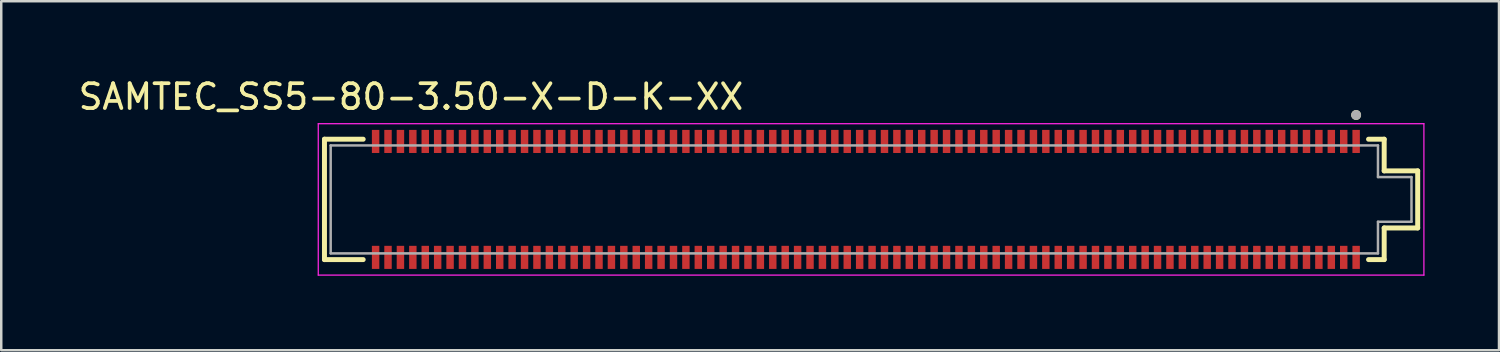
<source format=kicad_pcb>
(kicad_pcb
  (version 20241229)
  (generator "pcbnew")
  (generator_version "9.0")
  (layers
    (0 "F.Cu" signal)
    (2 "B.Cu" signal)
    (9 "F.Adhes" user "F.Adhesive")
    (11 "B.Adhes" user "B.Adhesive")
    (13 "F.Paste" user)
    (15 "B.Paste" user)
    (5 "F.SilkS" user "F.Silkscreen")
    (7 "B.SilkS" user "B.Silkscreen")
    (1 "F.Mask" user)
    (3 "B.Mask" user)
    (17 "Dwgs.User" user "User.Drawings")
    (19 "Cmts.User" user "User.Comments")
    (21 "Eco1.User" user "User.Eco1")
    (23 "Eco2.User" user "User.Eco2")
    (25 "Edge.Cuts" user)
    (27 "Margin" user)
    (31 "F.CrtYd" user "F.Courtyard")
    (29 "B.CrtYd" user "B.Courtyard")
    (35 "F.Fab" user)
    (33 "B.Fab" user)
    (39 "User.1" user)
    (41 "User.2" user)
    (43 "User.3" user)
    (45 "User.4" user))
  (footprint "SAMTEC_SS5-80-3.50-X-D-K-XX"
    (layer "F.Cu")
    (at 31.831 4.983)
    (property "Reference" "SAMTEC_SS5-80-3.50-X-D-K-XX" (at -18.325 -4.135 0) (layer "F.SilkS") (effects (font (size 1 1) (thickness 0.15))))
    (attr smd)
    (fp_line (start -21.81 -2.425) (end -20.25 -2.425) (stroke (width 0.2) (type solid)) (layer "F.SilkS"))
    (fp_line (start -21.81 2.425) (end -21.81 -2.425) (stroke (width 0.2) (type solid)) (layer "F.SilkS"))
    (fp_line (start -20.25 2.425) (end -21.81 2.425) (stroke (width 0.2) (type solid)) (layer "F.SilkS"))
    (fp_line (start 20.25 -2.425) (end 20.88 -2.425) (stroke (width 0.2) (type solid)) (layer "F.SilkS"))
    (fp_line (start 20.88 -2.425) (end 20.88 -1.15) (stroke (width 0.2) (type solid)) (layer "F.SilkS"))
    (fp_line (start 20.88 -1.15) (end 22.23 -1.15) (stroke (width 0.2) (type solid)) (layer "F.SilkS"))
    (fp_line (start 20.88 1.15) (end 20.88 2.425) (stroke (width 0.2) (type solid)) (layer "F.SilkS"))
    (fp_line (start 20.88 2.425) (end 20.25 2.425) (stroke (width 0.2) (type solid)) (layer "F.SilkS"))
    (fp_line (start 22.23 -1.15) (end 22.23 1.15) (stroke (width 0.2) (type solid)) (layer "F.SilkS"))
    (fp_line (start 22.23 1.15) (end 20.88 1.15) (stroke (width 0.2) (type solid)) (layer "F.SilkS"))
    (fp_circle (center 19.75 -3.4) (end 19.85 -3.4) (stroke (width 0.2) (type solid)) (fill no) (layer "F.SilkS"))
    (fp_line (start -22.06 -3.05) (end 22.48 -3.05) (stroke (width 0.05) (type solid)) (layer "F.CrtYd"))
    (fp_line (start -22.06 3.05) (end -22.06 -3.05) (stroke (width 0.05) (type solid)) (layer "F.CrtYd"))
    (fp_line (start 22.48 -3.05) (end 22.48 3.05) (stroke (width 0.05) (type solid)) (layer "F.CrtYd"))
    (fp_line (start 22.48 3.05) (end -22.06 3.05) (stroke (width 0.05) (type solid)) (layer "F.CrtYd"))
    (fp_line (start -21.56 -2.175) (end 20.63 -2.175) (stroke (width 0.1) (type solid)) (layer "F.Fab"))
    (fp_line (start -21.56 2.175) (end -21.56 -2.175) (stroke (width 0.1) (type solid)) (layer "F.Fab"))
    (fp_line (start 20.63 -2.175) (end 20.63 -0.9) (stroke (width 0.1) (type solid)) (layer "F.Fab"))
    (fp_line (start 20.63 -0.9) (end 21.98 -0.9) (stroke (width 0.1) (type solid)) (layer "F.Fab"))
    (fp_line (start 20.63 0.9) (end 20.63 2.175) (stroke (width 0.1) (type solid)) (layer "F.Fab"))
    (fp_line (start 20.63 2.175) (end -21.56 2.175) (stroke (width 0.1) (type solid)) (layer "F.Fab"))
    (fp_line (start 21.98 -0.9) (end 21.98 0.9) (stroke (width 0.1) (type solid)) (layer "F.Fab"))
    (fp_line (start 21.98 0.9) (end 20.63 0.9) (stroke (width 0.1) (type solid)) (layer "F.Fab"))
    (fp_circle (center 19.75 -3.4) (end 19.85 -3.4) (stroke (width 0.2) (type solid)) (fill no) (layer "F.Fab"))
    (pad "01" smd rect (at 19.75 -2.335) (size 0.3 0.93) (layers "F.Cu" "F.Mask" "F.Paste"))
    (pad "02" smd rect (at 19.75 2.335) (size 0.3 0.93) (layers "F.Cu" "F.Mask" "F.Paste"))
    (pad "03" smd rect (at 19.25 -2.335) (size 0.3 0.93) (layers "F.Cu" "F.Mask" "F.Paste"))
    (pad "04" smd rect (at 19.25 2.335) (size 0.3 0.93) (layers "F.Cu" "F.Mask" "F.Paste"))
    (pad "05" smd rect (at 18.75 -2.335) (size 0.3 0.93) (layers "F.Cu" "F.Mask" "F.Paste"))
    (pad "06" smd rect (at 18.75 2.335) (size 0.3 0.93) (layers "F.Cu" "F.Mask" "F.Paste"))
    (pad "07" smd rect (at 18.25 -2.335) (size 0.3 0.93) (layers "F.Cu" "F.Mask" "F.Paste"))
    (pad "08" smd rect (at 18.25 2.335) (size 0.3 0.93) (layers "F.Cu" "F.Mask" "F.Paste"))
    (pad "09" smd rect (at 17.75 -2.335) (size 0.3 0.93) (layers "F.Cu" "F.Mask" "F.Paste"))
    (pad "10" smd rect (at 17.75 2.335) (size 0.3 0.93) (layers "F.Cu" "F.Mask" "F.Paste"))
    (pad "11" smd rect (at 17.25 -2.335) (size 0.3 0.93) (layers "F.Cu" "F.Mask" "F.Paste"))
    (pad "12" smd rect (at 17.25 2.335) (size 0.3 0.93) (layers "F.Cu" "F.Mask" "F.Paste"))
    (pad "13" smd rect (at 16.75 -2.335) (size 0.3 0.93) (layers "F.Cu" "F.Mask" "F.Paste"))
    (pad "14" smd rect (at 16.75 2.335) (size 0.3 0.93) (layers "F.Cu" "F.Mask" "F.Paste"))
    (pad "15" smd rect (at 16.25 -2.335) (size 0.3 0.93) (layers "F.Cu" "F.Mask" "F.Paste"))
    (pad "16" smd rect (at 16.25 2.335) (size 0.3 0.93) (layers "F.Cu" "F.Mask" "F.Paste"))
    (pad "17" smd rect (at 15.75 -2.335) (size 0.3 0.93) (layers "F.Cu" "F.Mask" "F.Paste"))
    (pad "18" smd rect (at 15.75 2.335) (size 0.3 0.93) (layers "F.Cu" "F.Mask" "F.Paste"))
    (pad "19" smd rect (at 15.25 -2.335) (size 0.3 0.93) (layers "F.Cu" "F.Mask" "F.Paste"))
    (pad "20" smd rect (at 15.25 2.335) (size 0.3 0.93) (layers "F.Cu" "F.Mask" "F.Paste"))
    (pad "21" smd rect (at 14.75 -2.335) (size 0.3 0.93) (layers "F.Cu" "F.Mask" "F.Paste"))
    (pad "22" smd rect (at 14.75 2.335) (size 0.3 0.93) (layers "F.Cu" "F.Mask" "F.Paste"))
    (pad "23" smd rect (at 14.25 -2.335) (size 0.3 0.93) (layers "F.Cu" "F.Mask" "F.Paste"))
    (pad "24" smd rect (at 14.25 2.335) (size 0.3 0.93) (layers "F.Cu" "F.Mask" "F.Paste"))
    (pad "25" smd rect (at 13.75 -2.335) (size 0.3 0.93) (layers "F.Cu" "F.Mask" "F.Paste"))
    (pad "26" smd rect (at 13.75 2.335) (size 0.3 0.93) (layers "F.Cu" "F.Mask" "F.Paste"))
    (pad "27" smd rect (at 13.25 -2.335) (size 0.3 0.93) (layers "F.Cu" "F.Mask" "F.Paste"))
    (pad "28" smd rect (at 13.25 2.335) (size 0.3 0.93) (layers "F.Cu" "F.Mask" "F.Paste"))
    (pad "29" smd rect (at 12.75 -2.335) (size 0.3 0.93) (layers "F.Cu" "F.Mask" "F.Paste"))
    (pad "30" smd rect (at 12.75 2.335) (size 0.3 0.93) (layers "F.Cu" "F.Mask" "F.Paste"))
    (pad "31" smd rect (at 12.25 -2.335) (size 0.3 0.93) (layers "F.Cu" "F.Mask" "F.Paste"))
    (pad "32" smd rect (at 12.25 2.335) (size 0.3 0.93) (layers "F.Cu" "F.Mask" "F.Paste"))
    (pad "33" smd rect (at 11.75 -2.335) (size 0.3 0.93) (layers "F.Cu" "F.Mask" "F.Paste"))
    (pad "34" smd rect (at 11.75 2.335) (size 0.3 0.93) (layers "F.Cu" "F.Mask" "F.Paste"))
    (pad "35" smd rect (at 11.25 -2.335) (size 0.3 0.93) (layers "F.Cu" "F.Mask" "F.Paste"))
    (pad "36" smd rect (at 11.25 2.335) (size 0.3 0.93) (layers "F.Cu" "F.Mask" "F.Paste"))
    (pad "37" smd rect (at 10.75 -2.335) (size 0.3 0.93) (layers "F.Cu" "F.Mask" "F.Paste"))
    (pad "38" smd rect (at 10.75 2.335) (size 0.3 0.93) (layers "F.Cu" "F.Mask" "F.Paste"))
    (pad "39" smd rect (at 10.25 -2.335) (size 0.3 0.93) (layers "F.Cu" "F.Mask" "F.Paste"))
    (pad "40" smd rect (at 10.25 2.335) (size 0.3 0.93) (layers "F.Cu" "F.Mask" "F.Paste"))
    (pad "41" smd rect (at 9.75 -2.335) (size 0.3 0.93) (layers "F.Cu" "F.Mask" "F.Paste"))
    (pad "42" smd rect (at 9.75 2.335) (size 0.3 0.93) (layers "F.Cu" "F.Mask" "F.Paste"))
    (pad "43" smd rect (at 9.25 -2.335) (size 0.3 0.93) (layers "F.Cu" "F.Mask" "F.Paste"))
    (pad "44" smd rect (at 9.25 2.335) (size 0.3 0.93) (layers "F.Cu" "F.Mask" "F.Paste"))
    (pad "45" smd rect (at 8.75 -2.335) (size 0.3 0.93) (layers "F.Cu" "F.Mask" "F.Paste"))
    (pad "46" smd rect (at 8.75 2.335) (size 0.3 0.93) (layers "F.Cu" "F.Mask" "F.Paste"))
    (pad "47" smd rect (at 8.25 -2.335) (size 0.3 0.93) (layers "F.Cu" "F.Mask" "F.Paste"))
    (pad "48" smd rect (at 8.25 2.335) (size 0.3 0.93) (layers "F.Cu" "F.Mask" "F.Paste"))
    (pad "49" smd rect (at 7.75 -2.335) (size 0.3 0.93) (layers "F.Cu" "F.Mask" "F.Paste"))
    (pad "50" smd rect (at 7.75 2.335) (size 0.3 0.93) (layers "F.Cu" "F.Mask" "F.Paste"))
    (pad "51" smd rect (at 7.25 -2.335) (size 0.3 0.93) (layers "F.Cu" "F.Mask" "F.Paste"))
    (pad "52" smd rect (at 7.25 2.335) (size 0.3 0.93) (layers "F.Cu" "F.Mask" "F.Paste"))
    (pad "53" smd rect (at 6.75 -2.335) (size 0.3 0.93) (layers "F.Cu" "F.Mask" "F.Paste"))
    (pad "54" smd rect (at 6.75 2.335) (size 0.3 0.93) (layers "F.Cu" "F.Mask" "F.Paste"))
    (pad "55" smd rect (at 6.25 -2.335) (size 0.3 0.93) (layers "F.Cu" "F.Mask" "F.Paste"))
    (pad "56" smd rect (at 6.25 2.335) (size 0.3 0.93) (layers "F.Cu" "F.Mask" "F.Paste"))
    (pad "57" smd rect (at 5.75 -2.335) (size 0.3 0.93) (layers "F.Cu" "F.Mask" "F.Paste"))
    (pad "58" smd rect (at 5.75 2.335) (size 0.3 0.93) (layers "F.Cu" "F.Mask" "F.Paste"))
    (pad "59" smd rect (at 5.25 -2.335) (size 0.3 0.93) (layers "F.Cu" "F.Mask" "F.Paste"))
    (pad "60" smd rect (at 5.25 2.335) (size 0.3 0.93) (layers "F.Cu" "F.Mask" "F.Paste"))
    (pad "61" smd rect (at 4.75 -2.335) (size 0.3 0.93) (layers "F.Cu" "F.Mask" "F.Paste"))
    (pad "62" smd rect (at 4.75 2.335) (size 0.3 0.93) (layers "F.Cu" "F.Mask" "F.Paste"))
    (pad "63" smd rect (at 4.25 -2.335) (size 0.3 0.93) (layers "F.Cu" "F.Mask" "F.Paste"))
    (pad "64" smd rect (at 4.25 2.335) (size 0.3 0.93) (layers "F.Cu" "F.Mask" "F.Paste"))
    (pad "65" smd rect (at 3.75 -2.335) (size 0.3 0.93) (layers "F.Cu" "F.Mask" "F.Paste"))
    (pad "66" smd rect (at 3.75 2.335) (size 0.3 0.93) (layers "F.Cu" "F.Mask" "F.Paste"))
    (pad "67" smd rect (at 3.25 -2.335) (size 0.3 0.93) (layers "F.Cu" "F.Mask" "F.Paste"))
    (pad "68" smd rect (at 3.25 2.335) (size 0.3 0.93) (layers "F.Cu" "F.Mask" "F.Paste"))
    (pad "69" smd rect (at 2.75 -2.335) (size 0.3 0.93) (layers "F.Cu" "F.Mask" "F.Paste"))
    (pad "70" smd rect (at 2.75 2.335) (size 0.3 0.93) (layers "F.Cu" "F.Mask" "F.Paste"))
    (pad "71" smd rect (at 2.25 -2.335) (size 0.3 0.93) (layers "F.Cu" "F.Mask" "F.Paste"))
    (pad "72" smd rect (at 2.25 2.335) (size 0.3 0.93) (layers "F.Cu" "F.Mask" "F.Paste"))
    (pad "73" smd rect (at 1.75 -2.335) (size 0.3 0.93) (layers "F.Cu" "F.Mask" "F.Paste"))
    (pad "74" smd rect (at 1.75 2.335) (size 0.3 0.93) (layers "F.Cu" "F.Mask" "F.Paste"))
    (pad "75" smd rect (at 1.25 -2.335) (size 0.3 0.93) (layers "F.Cu" "F.Mask" "F.Paste"))
    (pad "76" smd rect (at 1.25 2.335) (size 0.3 0.93) (layers "F.Cu" "F.Mask" "F.Paste"))
    (pad "77" smd rect (at 0.75 -2.335) (size 0.3 0.93) (layers "F.Cu" "F.Mask" "F.Paste"))
    (pad "78" smd rect (at 0.75 2.335) (size 0.3 0.93) (layers "F.Cu" "F.Mask" "F.Paste"))
    (pad "79" smd rect (at 0.25 -2.335) (size 0.3 0.93) (layers "F.Cu" "F.Mask" "F.Paste"))
    (pad "80" smd rect (at 0.25 2.335) (size 0.3 0.93) (layers "F.Cu" "F.Mask" "F.Paste"))
    (pad "81" smd rect (at -0.25 -2.335) (size 0.3 0.93) (layers "F.Cu" "F.Mask" "F.Paste"))
    (pad "82" smd rect (at -0.25 2.335) (size 0.3 0.93) (layers "F.Cu" "F.Mask" "F.Paste"))
    (pad "83" smd rect (at -0.75 -2.335) (size 0.3 0.93) (layers "F.Cu" "F.Mask" "F.Paste"))
    (pad "84" smd rect (at -0.75 2.335) (size 0.3 0.93) (layers "F.Cu" "F.Mask" "F.Paste"))
    (pad "85" smd rect (at -1.25 -2.335) (size 0.3 0.93) (layers "F.Cu" "F.Mask" "F.Paste"))
    (pad "86" smd rect (at -1.25 2.335) (size 0.3 0.93) (layers "F.Cu" "F.Mask" "F.Paste"))
    (pad "87" smd rect (at -1.75 -2.335) (size 0.3 0.93) (layers "F.Cu" "F.Mask" "F.Paste"))
    (pad "88" smd rect (at -1.75 2.335) (size 0.3 0.93) (layers "F.Cu" "F.Mask" "F.Paste"))
    (pad "89" smd rect (at -2.25 -2.335) (size 0.3 0.93) (layers "F.Cu" "F.Mask" "F.Paste"))
    (pad "90" smd rect (at -2.25 2.335) (size 0.3 0.93) (layers "F.Cu" "F.Mask" "F.Paste"))
    (pad "91" smd rect (at -2.75 -2.335) (size 0.3 0.93) (layers "F.Cu" "F.Mask" "F.Paste"))
    (pad "92" smd rect (at -2.75 2.335) (size 0.3 0.93) (layers "F.Cu" "F.Mask" "F.Paste"))
    (pad "93" smd rect (at -3.25 -2.335) (size 0.3 0.93) (layers "F.Cu" "F.Mask" "F.Paste"))
    (pad "94" smd rect (at -3.25 2.335) (size 0.3 0.93) (layers "F.Cu" "F.Mask" "F.Paste"))
    (pad "95" smd rect (at -3.75 -2.335) (size 0.3 0.93) (layers "F.Cu" "F.Mask" "F.Paste"))
    (pad "96" smd rect (at -3.75 2.335) (size 0.3 0.93) (layers "F.Cu" "F.Mask" "F.Paste"))
    (pad "97" smd rect (at -4.25 -2.335) (size 0.3 0.93) (layers "F.Cu" "F.Mask" "F.Paste"))
    (pad "98" smd rect (at -4.25 2.335) (size 0.3 0.93) (layers "F.Cu" "F.Mask" "F.Paste"))
    (pad "99" smd rect (at -4.75 -2.335) (size 0.3 0.93) (layers "F.Cu" "F.Mask" "F.Paste"))
    (pad "100" smd rect (at -4.75 2.335) (size 0.3 0.93) (layers "F.Cu" "F.Mask" "F.Paste"))
    (pad "101" smd rect (at -5.25 -2.335) (size 0.3 0.93) (layers "F.Cu" "F.Mask" "F.Paste"))
    (pad "102" smd rect (at -5.25 2.335) (size 0.3 0.93) (layers "F.Cu" "F.Mask" "F.Paste"))
    (pad "103" smd rect (at -5.75 -2.335) (size 0.3 0.93) (layers "F.Cu" "F.Mask" "F.Paste"))
    (pad "104" smd rect (at -5.75 2.335) (size 0.3 0.93) (layers "F.Cu" "F.Mask" "F.Paste"))
    (pad "105" smd rect (at -6.25 -2.335) (size 0.3 0.93) (layers "F.Cu" "F.Mask" "F.Paste"))
    (pad "106" smd rect (at -6.25 2.335) (size 0.3 0.93) (layers "F.Cu" "F.Mask" "F.Paste"))
    (pad "107" smd rect (at -6.75 -2.335) (size 0.3 0.93) (layers "F.Cu" "F.Mask" "F.Paste"))
    (pad "108" smd rect (at -6.75 2.335) (size 0.3 0.93) (layers "F.Cu" "F.Mask" "F.Paste"))
    (pad "109" smd rect (at -7.25 -2.335) (size 0.3 0.93) (layers "F.Cu" "F.Mask" "F.Paste"))
    (pad "110" smd rect (at -7.25 2.335) (size 0.3 0.93) (layers "F.Cu" "F.Mask" "F.Paste"))
    (pad "111" smd rect (at -7.75 -2.335) (size 0.3 0.93) (layers "F.Cu" "F.Mask" "F.Paste"))
    (pad "112" smd rect (at -7.75 2.335) (size 0.3 0.93) (layers "F.Cu" "F.Mask" "F.Paste"))
    (pad "113" smd rect (at -8.25 -2.335) (size 0.3 0.93) (layers "F.Cu" "F.Mask" "F.Paste"))
    (pad "114" smd rect (at -8.25 2.335) (size 0.3 0.93) (layers "F.Cu" "F.Mask" "F.Paste"))
    (pad "115" smd rect (at -8.75 -2.335) (size 0.3 0.93) (layers "F.Cu" "F.Mask" "F.Paste"))
    (pad "116" smd rect (at -8.75 2.335) (size 0.3 0.93) (layers "F.Cu" "F.Mask" "F.Paste"))
    (pad "117" smd rect (at -9.25 -2.335) (size 0.3 0.93) (layers "F.Cu" "F.Mask" "F.Paste"))
    (pad "118" smd rect (at -9.25 2.335) (size 0.3 0.93) (layers "F.Cu" "F.Mask" "F.Paste"))
    (pad "119" smd rect (at -9.75 -2.335) (size 0.3 0.93) (layers "F.Cu" "F.Mask" "F.Paste"))
    (pad "120" smd rect (at -9.75 2.335) (size 0.3 0.93) (layers "F.Cu" "F.Mask" "F.Paste"))
    (pad "121" smd rect (at -10.25 -2.335) (size 0.3 0.93) (layers "F.Cu" "F.Mask" "F.Paste"))
    (pad "122" smd rect (at -10.25 2.335) (size 0.3 0.93) (layers "F.Cu" "F.Mask" "F.Paste"))
    (pad "123" smd rect (at -10.75 -2.335) (size 0.3 0.93) (layers "F.Cu" "F.Mask" "F.Paste"))
    (pad "124" smd rect (at -10.75 2.335) (size 0.3 0.93) (layers "F.Cu" "F.Mask" "F.Paste"))
    (pad "125" smd rect (at -11.25 -2.335) (size 0.3 0.93) (layers "F.Cu" "F.Mask" "F.Paste"))
    (pad "126" smd rect (at -11.25 2.335) (size 0.3 0.93) (layers "F.Cu" "F.Mask" "F.Paste"))
    (pad "127" smd rect (at -11.75 -2.335) (size 0.3 0.93) (layers "F.Cu" "F.Mask" "F.Paste"))
    (pad "128" smd rect (at -11.75 2.335) (size 0.3 0.93) (layers "F.Cu" "F.Mask" "F.Paste"))
    (pad "129" smd rect (at -12.25 -2.335) (size 0.3 0.93) (layers "F.Cu" "F.Mask" "F.Paste"))
    (pad "130" smd rect (at -12.25 2.335) (size 0.3 0.93) (layers "F.Cu" "F.Mask" "F.Paste"))
    (pad "131" smd rect (at -12.75 -2.335) (size 0.3 0.93) (layers "F.Cu" "F.Mask" "F.Paste"))
    (pad "132" smd rect (at -12.75 2.335) (size 0.3 0.93) (layers "F.Cu" "F.Mask" "F.Paste"))
    (pad "133" smd rect (at -13.25 -2.335) (size 0.3 0.93) (layers "F.Cu" "F.Mask" "F.Paste"))
    (pad "134" smd rect (at -13.25 2.335) (size 0.3 0.93) (layers "F.Cu" "F.Mask" "F.Paste"))
    (pad "135" smd rect (at -13.75 -2.335) (size 0.3 0.93) (layers "F.Cu" "F.Mask" "F.Paste"))
    (pad "136" smd rect (at -13.75 2.335) (size 0.3 0.93) (layers "F.Cu" "F.Mask" "F.Paste"))
    (pad "137" smd rect (at -14.25 -2.335) (size 0.3 0.93) (layers "F.Cu" "F.Mask" "F.Paste"))
    (pad "138" smd rect (at -14.25 2.335) (size 0.3 0.93) (layers "F.Cu" "F.Mask" "F.Paste"))
    (pad "139" smd rect (at -14.75 -2.335) (size 0.3 0.93) (layers "F.Cu" "F.Mask" "F.Paste"))
    (pad "140" smd rect (at -14.75 2.335) (size 0.3 0.93) (layers "F.Cu" "F.Mask" "F.Paste"))
    (pad "141" smd rect (at -15.25 -2.335) (size 0.3 0.93) (layers "F.Cu" "F.Mask" "F.Paste"))
    (pad "142" smd rect (at -15.25 2.335) (size 0.3 0.93) (layers "F.Cu" "F.Mask" "F.Paste"))
    (pad "143" smd rect (at -15.75 -2.335) (size 0.3 0.93) (layers "F.Cu" "F.Mask" "F.Paste"))
    (pad "144" smd rect (at -15.75 2.335) (size 0.3 0.93) (layers "F.Cu" "F.Mask" "F.Paste"))
    (pad "145" smd rect (at -16.25 -2.335) (size 0.3 0.93) (layers "F.Cu" "F.Mask" "F.Paste"))
    (pad "146" smd rect (at -16.25 2.335) (size 0.3 0.93) (layers "F.Cu" "F.Mask" "F.Paste"))
    (pad "147" smd rect (at -16.75 -2.335) (size 0.3 0.93) (layers "F.Cu" "F.Mask" "F.Paste"))
    (pad "148" smd rect (at -16.75 2.335) (size 0.3 0.93) (layers "F.Cu" "F.Mask" "F.Paste"))
    (pad "149" smd rect (at -17.25 -2.335) (size 0.3 0.93) (layers "F.Cu" "F.Mask" "F.Paste"))
    (pad "150" smd rect (at -17.25 2.335) (size 0.3 0.93) (layers "F.Cu" "F.Mask" "F.Paste"))
    (pad "151" smd rect (at -17.75 -2.335) (size 0.3 0.93) (layers "F.Cu" "F.Mask" "F.Paste"))
    (pad "152" smd rect (at -17.75 2.335) (size 0.3 0.93) (layers "F.Cu" "F.Mask" "F.Paste"))
    (pad "153" smd rect (at -18.25 -2.335) (size 0.3 0.93) (layers "F.Cu" "F.Mask" "F.Paste"))
    (pad "154" smd rect (at -18.25 2.335) (size 0.3 0.93) (layers "F.Cu" "F.Mask" "F.Paste"))
    (pad "155" smd rect (at -18.75 -2.335) (size 0.3 0.93) (layers "F.Cu" "F.Mask" "F.Paste"))
    (pad "156" smd rect (at -18.75 2.335) (size 0.3 0.93) (layers "F.Cu" "F.Mask" "F.Paste"))
    (pad "157" smd rect (at -19.25 -2.335) (size 0.3 0.93) (layers "F.Cu" "F.Mask" "F.Paste"))
    (pad "158" smd rect (at -19.25 2.335) (size 0.3 0.93) (layers "F.Cu" "F.Mask" "F.Paste"))
    (pad "159" smd rect (at -19.75 -2.335) (size 0.3 0.93) (layers "F.Cu" "F.Mask" "F.Paste"))
    (pad "160" smd rect (at -19.75 2.335) (size 0.3 0.93) (layers "F.Cu" "F.Mask" "F.Paste")))
  (gr_rect
    (start -3 -3)
    (end 57.336 11.058)
    (stroke (width 0.1) (type default))
    (fill no)
    (layer "Edge.Cuts")))
</source>
